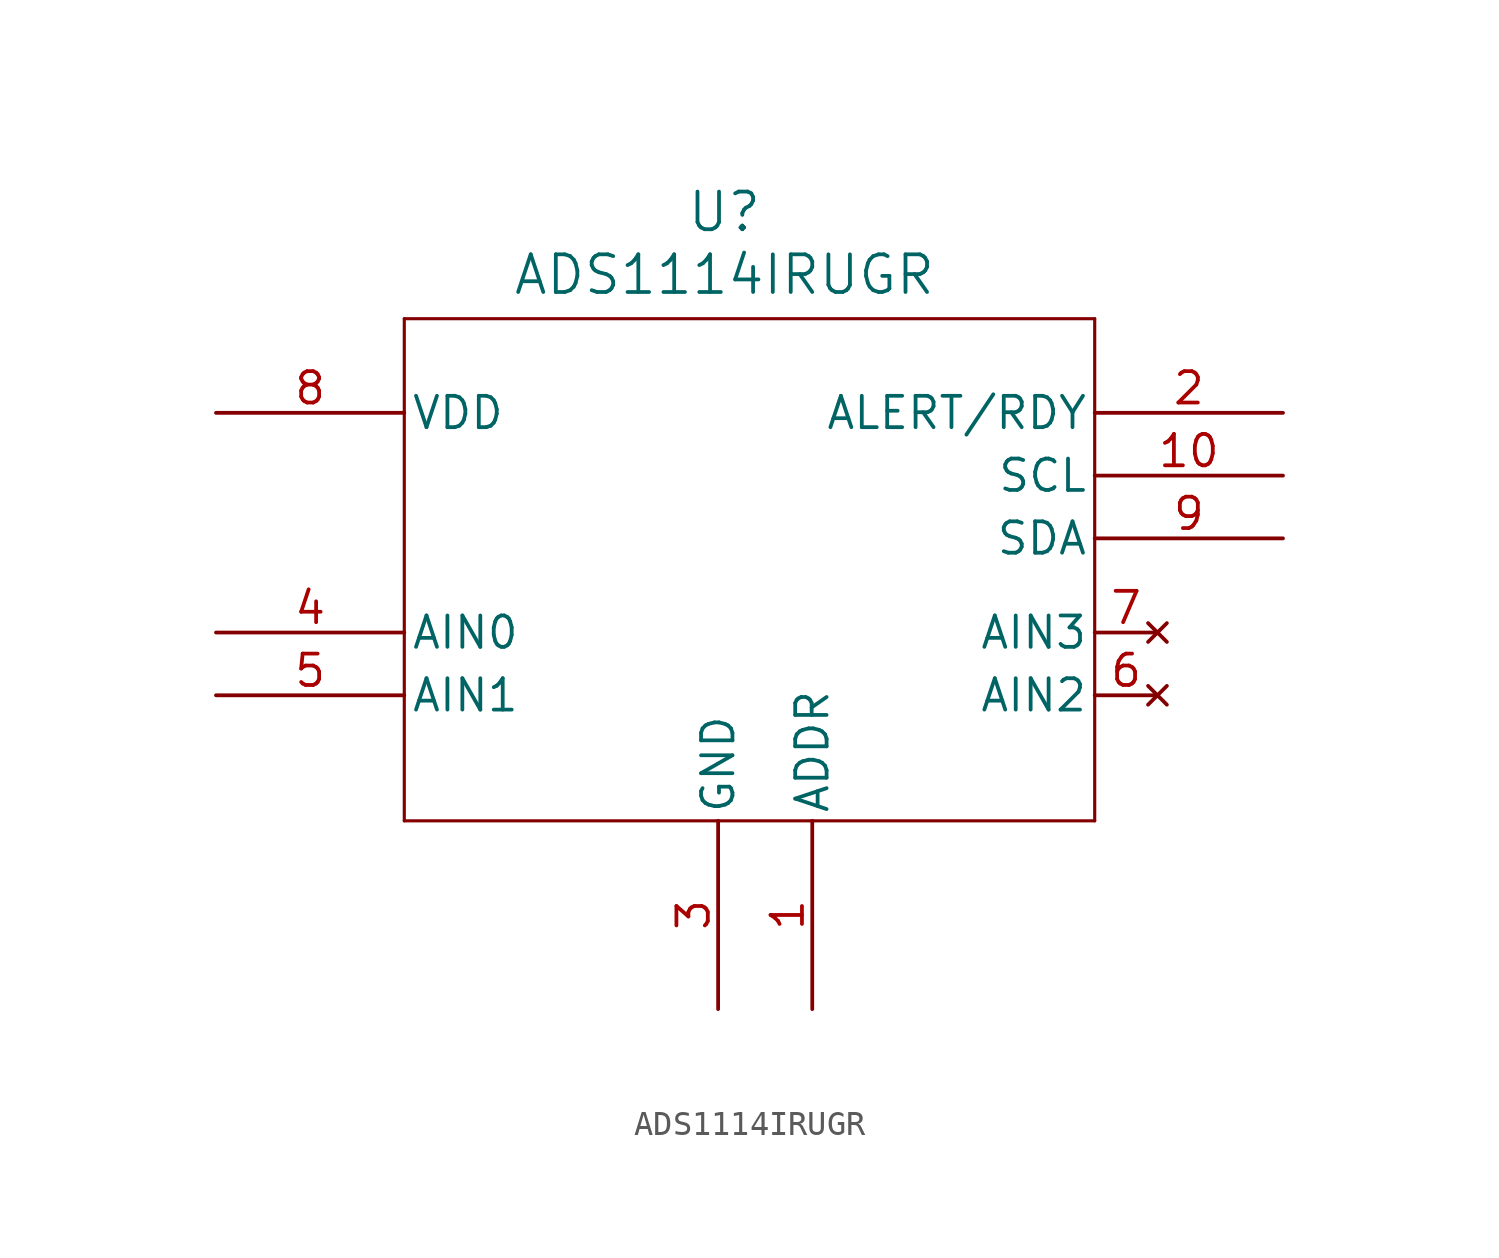
<source format=kicad_sym>
(kicad_symbol_lib
  (version 20231120)
  (generator "kicad_symbol_editor")
  (generator_version "8.0")
  (symbol "ADS1114IRUGR"
    (pin_names
      (offset 0.254))
    (property "Reference" "U"
      (at 20.574 19.558 0)
      (effects (font (size 1.524 1.524))))
    (property "Value" "ADS1114IRUGR"
      (at 20.574 17.018 0)
      (effects (font (size 1.524 1.524))))
    (property "ki_locked" ""
      (at 0 0 0)
      (effects (font (size 1.27 1.27))))
    (symbol "ADS1114IRUGR_0_1"
      (polyline (pts (xy 7.62 -5.08) (xy 35.56 -5.08)) (stroke (width 0.127) (type default)) (fill (type none)))
      (polyline (pts (xy 7.62 15.24) (xy 7.62 -5.08)) (stroke (width 0.127) (type default)) (fill (type none)))
      (polyline (pts (xy 35.56 -5.08) (xy 35.56 15.24)) (stroke (width 0.127) (type default)) (fill (type none)))
      (polyline (pts (xy 35.56 15.24) (xy 7.62 15.24)) (stroke (width 0.127) (type default)) (fill (type none)))
      (pin input line (at 24.13 -12.7 90) (length 7.62) (name "ADDR" (effects (font (size 1.27 1.27)))) (number "1" (effects (font (size 1.27 1.27)))))
      (pin input line (at 43.18 8.89 180) (length 7.62) (name "SCL" (effects (font (size 1.27 1.27)))) (number "10" (effects (font (size 1.27 1.27)))))
      (pin output line (at 43.18 11.43 180) (length 7.62) (name "ALERT/RDY" (effects (font (size 1.27 1.27)))) (number "2" (effects (font (size 1.27 1.27)))))
      (pin input line (at 0 2.54 0) (length 7.62) (name "AIN0" (effects (font (size 1.27 1.27)))) (number "4" (effects (font (size 1.27 1.27)))))
      (pin input line (at 0 0 0) (length 7.62) (name "AIN1" (effects (font (size 1.27 1.27)))) (number "5" (effects (font (size 1.27 1.27)))))
      (pin passive line (at 0 11.43 0) (length 7.62) (name "VDD" (effects (font (size 1.27 1.27)))) (number "8" (effects (font (size 1.27 1.27)))))
      (pin bidirectional line (at 43.18 6.35 180) (length 7.62) (name "SDA" (effects (font (size 1.27 1.27)))) (number "9" (effects (font (size 1.27 1.27))))))
    (symbol "ADS1114IRUGR_1_1"
      (pin passive line (at 20.32 -12.7 90) (length 7.62) (name "GND" (effects (font (size 1.27 1.27)))) (number "3" (effects (font (size 1.27 1.27)))))
      (pin no_connect line (at 38.1 0 180) (length 2.54) (name "AIN2" (effects (font (size 1.27 1.27)))) (number "6" (effects (font (size 1.27 1.27)))))
      (pin no_connect line (at 38.1 2.54 180) (length 2.54) (name "AIN3" (effects (font (size 1.27 1.27)))) (number "7" (effects (font (size 1.27 1.27))))))))
</source>
